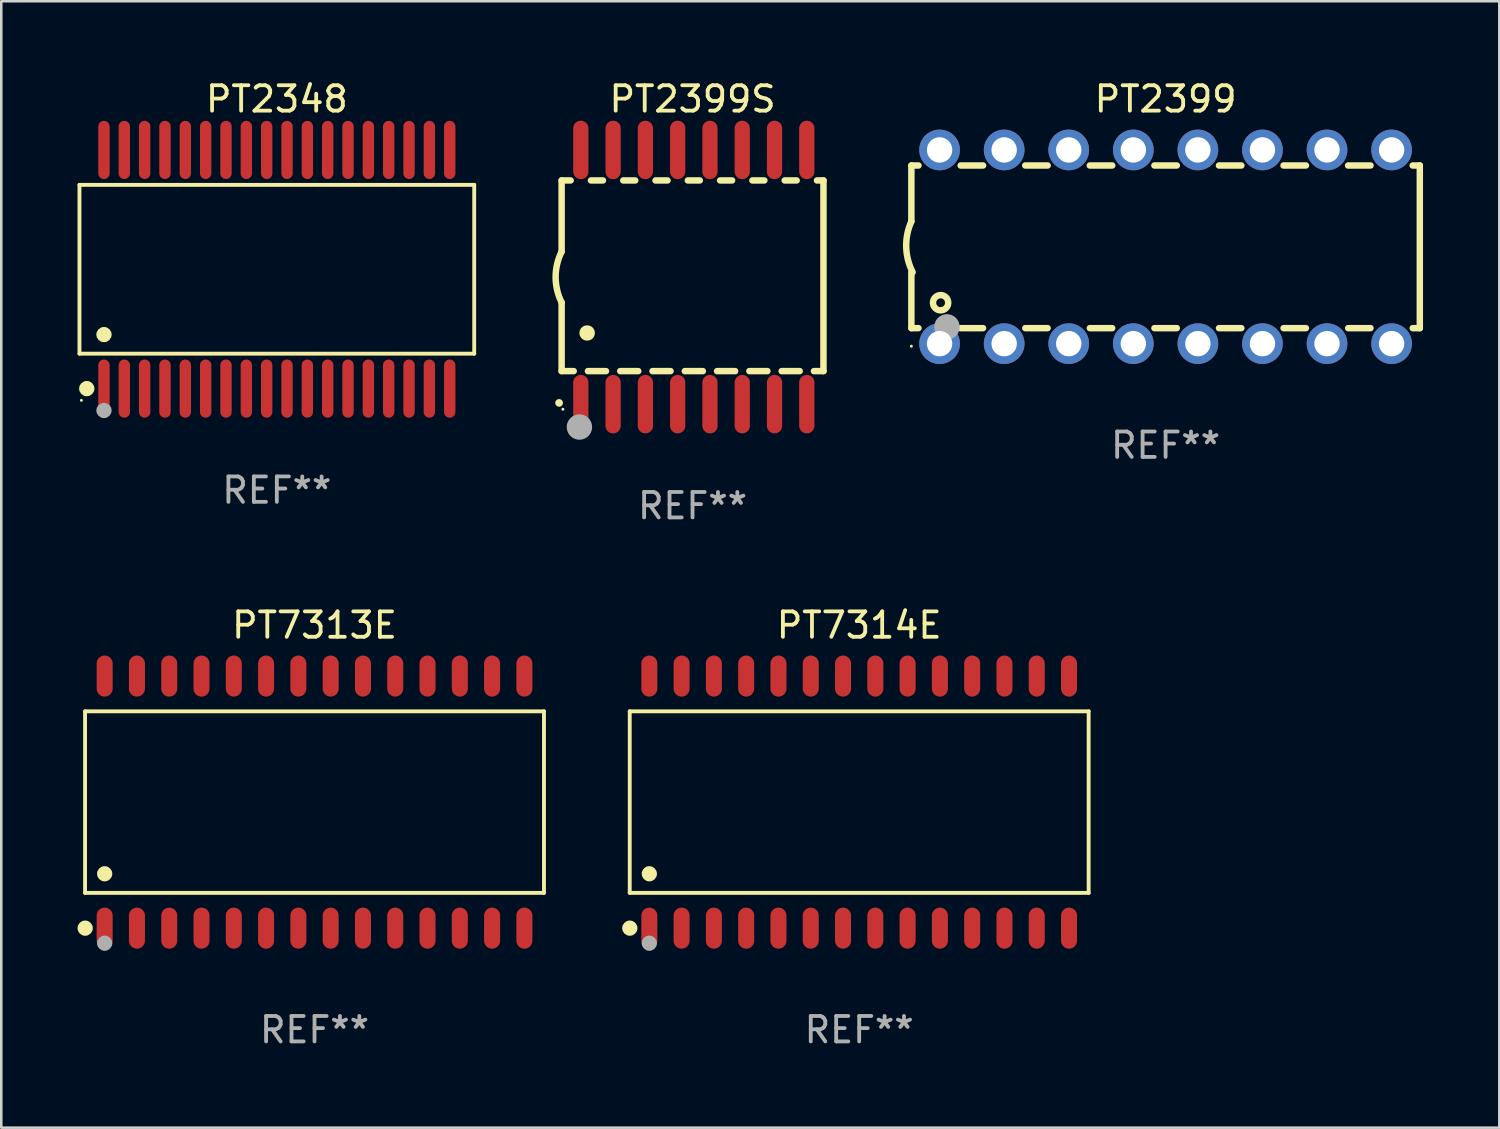
<source format=kicad_pcb>
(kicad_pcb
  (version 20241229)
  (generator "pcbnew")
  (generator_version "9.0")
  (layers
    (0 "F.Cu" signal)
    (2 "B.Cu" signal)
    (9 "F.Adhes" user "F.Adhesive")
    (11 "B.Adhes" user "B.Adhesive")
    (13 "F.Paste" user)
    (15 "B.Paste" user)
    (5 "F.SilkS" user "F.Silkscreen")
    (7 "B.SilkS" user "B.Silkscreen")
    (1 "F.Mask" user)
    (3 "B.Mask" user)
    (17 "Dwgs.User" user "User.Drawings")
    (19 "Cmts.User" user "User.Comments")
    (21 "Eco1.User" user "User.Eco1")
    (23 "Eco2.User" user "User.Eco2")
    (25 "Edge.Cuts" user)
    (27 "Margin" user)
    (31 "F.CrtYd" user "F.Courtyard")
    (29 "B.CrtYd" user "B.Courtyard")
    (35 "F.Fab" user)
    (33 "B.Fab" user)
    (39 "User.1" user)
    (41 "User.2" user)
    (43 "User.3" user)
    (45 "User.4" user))
  (footprint "PT2399S"
    (layer "F.Cu")
    (at 24.192 7.848)
    (property "Reference" "PT2399S" (at 0 -7 0) (layer "F.SilkS") (effects (font (size 1 1) (thickness 0.15))))
    (attr through_hole)
    (fp_line (start -5.15 -3.8) (end -4.794 -3.8) (stroke (width 0.254) (type solid)) (layer "F.SilkS"))
    (fp_line (start -5.15 -1) (end -5.15 -3.8) (stroke (width 0.254) (type solid)) (layer "F.SilkS"))
    (fp_line (start -5.15 3.7) (end -5.15 1.001) (stroke (width 0.254) (type solid)) (layer "F.SilkS"))
    (fp_line (start -4.675 3.7) (end -5.15 3.7) (stroke (width 0.254) (type solid)) (layer "F.SilkS"))
    (fp_line (start -3.996 -3.8) (end -3.524 -3.8) (stroke (width 0.254) (type solid)) (layer "F.SilkS"))
    (fp_line (start -3.405 3.7) (end -4.115 3.7) (stroke (width 0.254) (type solid)) (layer "F.SilkS"))
    (fp_line (start -2.726 -3.8) (end -2.254 -3.8) (stroke (width 0.254) (type solid)) (layer "F.SilkS"))
    (fp_line (start -2.135 3.7) (end -2.845 3.7) (stroke (width 0.254) (type solid)) (layer "F.SilkS"))
    (fp_line (start -1.456 -3.8) (end -0.984 -3.8) (stroke (width 0.254) (type solid)) (layer "F.SilkS"))
    (fp_line (start -0.865 3.7) (end -1.575 3.7) (stroke (width 0.254) (type solid)) (layer "F.SilkS"))
    (fp_line (start -0.186 -3.8) (end 0.286 -3.8) (stroke (width 0.254) (type solid)) (layer "F.SilkS"))
    (fp_line (start 0.405 3.7) (end -0.305 3.7) (stroke (width 0.254) (type solid)) (layer "F.SilkS"))
    (fp_line (start 1.084 -3.8) (end 1.556 -3.8) (stroke (width 0.254) (type solid)) (layer "F.SilkS"))
    (fp_line (start 1.675 3.7) (end 0.965 3.7) (stroke (width 0.254) (type solid)) (layer "F.SilkS"))
    (fp_line (start 2.354 -3.8) (end 2.826 -3.8) (stroke (width 0.254) (type solid)) (layer "F.SilkS"))
    (fp_line (start 2.945 3.7) (end 2.235 3.7) (stroke (width 0.254) (type solid)) (layer "F.SilkS"))
    (fp_line (start 3.624 -3.8) (end 4.096 -3.8) (stroke (width 0.254) (type solid)) (layer "F.SilkS"))
    (fp_line (start 4.215 3.7) (end 3.505 3.7) (stroke (width 0.254) (type solid)) (layer "F.SilkS"))
    (fp_line (start 4.894 -3.8) (end 5.15 -3.8) (stroke (width 0.254) (type solid)) (layer "F.SilkS"))
    (fp_line (start 5.15 -3.8) (end 5.15 3.7) (stroke (width 0.254) (type solid)) (layer "F.SilkS"))
    (fp_line (start 5.15 3.7) (end 4.775 3.7) (stroke (width 0.254) (type solid)) (layer "F.SilkS"))
    (fp_arc (start -5.250991 4.950495) (mid -5.249721 4.95049) (end -5.248451 4.950495) (stroke (width 0.3) (type solid)) (layer "F.SilkS"))
    (fp_arc (start -5.149111 1.000507) (mid -5.385546 0.000374) (end -5.150025 -0.999975) (stroke (width 0.254001) (type solid)) (layer "F.SilkS"))
    (fp_arc (start -4.15 2.200025) (mid -4.14619 2.200001) (end -4.14238 2.200025) (stroke (width 0.6) (type solid)) (layer "F.SilkS"))
    (fp_circle (center -5.1 5.2) (end -5.07 5.2) (stroke (width 0.06) (type solid)) (fill no) (layer "F.SilkS"))
    (fp_circle (center -4.45 5.9) (end -4.2 5.9) (stroke (width 0.5) (type solid)) (fill no) (layer "F.Fab"))
    (fp_text user "REF**" (at 0 9 0) (layer "F.Fab") (effects (font (size 1 1) (thickness 0.15))))
    (pad "1" smd oval (at -4.395 5 180) (size 0.6 2.3) (layers "F.Cu" "F.Mask" "F.Paste"))
    (pad "2" smd oval (at -3.125 5 180) (size 0.6 2.3) (layers "F.Cu" "F.Mask" "F.Paste"))
    (pad "3" smd oval (at -1.855 5 180) (size 0.6 2.3) (layers "F.Cu" "F.Mask" "F.Paste"))
    (pad "4" smd oval (at -0.585 5 180) (size 0.6 2.3) (layers "F.Cu" "F.Mask" "F.Paste"))
    (pad "5" smd oval (at 0.685 5 180) (size 0.6 2.3) (layers "F.Cu" "F.Mask" "F.Paste"))
    (pad "6" smd oval (at 1.955 5 180) (size 0.6 2.3) (layers "F.Cu" "F.Mask" "F.Paste"))
    (pad "7" smd oval (at 3.225 5 180) (size 0.6 2.3) (layers "F.Cu" "F.Mask" "F.Paste"))
    (pad "8" smd oval (at 4.495 5 180) (size 0.6 2.3) (layers "F.Cu" "F.Mask" "F.Paste"))
    (pad "9" smd oval (at 4.495 -5 180) (size 0.6 2.3) (layers "F.Cu" "F.Mask" "F.Paste"))
    (pad "10" smd oval (at 3.225 -5 180) (size 0.6 2.3) (layers "F.Cu" "F.Mask" "F.Paste"))
    (pad "11" smd oval (at 1.955 -5 180) (size 0.6 2.3) (layers "F.Cu" "F.Mask" "F.Paste"))
    (pad "12" smd oval (at 0.685 -5 180) (size 0.6 2.3) (layers "F.Cu" "F.Mask" "F.Paste"))
    (pad "13" smd oval (at -0.585 -5 180) (size 0.6 2.3) (layers "F.Cu" "F.Mask" "F.Paste"))
    (pad "14" smd oval (at -1.855 -5 180) (size 0.6 2.3) (layers "F.Cu" "F.Mask" "F.Paste"))
    (pad "15" smd oval (at -3.125 -5 180) (size 0.6 2.3) (layers "F.Cu" "F.Mask" "F.Paste"))
    (pad "16" smd oval (at -4.395 -5 180) (size 0.6 2.3) (layers "F.Cu" "F.Mask" "F.Paste")))
  (footprint "PT2348"
    (layer "F.Cu")
    (at 7.84 7.542)
    (property "Reference" "PT2348" (at 0 -6.694 0) (layer "F.SilkS") (effects (font (size 1 1) (thickness 0.15))))
    (attr through_hole)
    (fp_line (start -7.764 -3.321) (end 7.764 -3.321) (stroke (width 0.152) (type solid)) (layer "F.SilkS"))
    (fp_line (start -7.764 3.321) (end -7.764 -3.321) (stroke (width 0.152) (type solid)) (layer "F.SilkS"))
    (fp_line (start 7.764 -3.321) (end 7.764 3.321) (stroke (width 0.152) (type solid)) (layer "F.SilkS"))
    (fp_line (start 7.764 3.321) (end -7.764 3.321) (stroke (width 0.152) (type solid)) (layer "F.SilkS"))
    (fp_circle (center -7.688 5.155) (end -7.658 5.155) (stroke (width 0.06) (type solid)) (fill no) (layer "F.SilkS"))
    (fp_circle (center -7.477 4.694) (end -7.326 4.694) (stroke (width 0.3) (type solid)) (fill no) (layer "F.SilkS"))
    (fp_circle (center -6.8 2.569) (end -6.65 2.569) (stroke (width 0.3) (type solid)) (fill no) (layer "F.SilkS"))
    (fp_circle (center -6.8 5.555) (end -6.65 5.555) (stroke (width 0.3) (type solid)) (fill no) (layer "F.Fab"))
    (fp_text user "REF**" (at 0 8.694 0) (layer "F.Fab") (effects (font (size 1 1) (thickness 0.15))))
    (pad "1" smd oval (at -6.8 4.694) (size 0.448 2.288) (layers "F.Cu" "F.Mask" "F.Paste"))
    (pad "2" smd oval (at -6 4.694) (size 0.448 2.288) (layers "F.Cu" "F.Mask" "F.Paste"))
    (pad "3" smd oval (at -5.2 4.694) (size 0.448 2.288) (layers "F.Cu" "F.Mask" "F.Paste"))
    (pad "4" smd oval (at -4.4 4.694) (size 0.448 2.288) (layers "F.Cu" "F.Mask" "F.Paste"))
    (pad "5" smd oval (at -3.6 4.694) (size 0.448 2.288) (layers "F.Cu" "F.Mask" "F.Paste"))
    (pad "6" smd oval (at -2.8 4.694) (size 0.448 2.288) (layers "F.Cu" "F.Mask" "F.Paste"))
    (pad "7" smd oval (at -2 4.694) (size 0.448 2.288) (layers "F.Cu" "F.Mask" "F.Paste"))
    (pad "8" smd oval (at -1.2 4.694) (size 0.448 2.288) (layers "F.Cu" "F.Mask" "F.Paste"))
    (pad "9" smd oval (at -0.4 4.694) (size 0.448 2.288) (layers "F.Cu" "F.Mask" "F.Paste"))
    (pad "10" smd oval (at 0.4 4.694) (size 0.448 2.288) (layers "F.Cu" "F.Mask" "F.Paste"))
    (pad "11" smd oval (at 1.2 4.694) (size 0.448 2.288) (layers "F.Cu" "F.Mask" "F.Paste"))
    (pad "12" smd oval (at 2 4.694) (size 0.448 2.288) (layers "F.Cu" "F.Mask" "F.Paste"))
    (pad "13" smd oval (at 2.8 4.694) (size 0.448 2.288) (layers "F.Cu" "F.Mask" "F.Paste"))
    (pad "14" smd oval (at 3.6 4.694) (size 0.448 2.288) (layers "F.Cu" "F.Mask" "F.Paste"))
    (pad "15" smd oval (at 4.4 4.694) (size 0.448 2.288) (layers "F.Cu" "F.Mask" "F.Paste"))
    (pad "16" smd oval (at 5.2 4.694) (size 0.448 2.288) (layers "F.Cu" "F.Mask" "F.Paste"))
    (pad "17" smd oval (at 6 4.694) (size 0.448 2.288) (layers "F.Cu" "F.Mask" "F.Paste"))
    (pad "18" smd oval (at 6.8 4.694) (size 0.448 2.288) (layers "F.Cu" "F.Mask" "F.Paste"))
    (pad "19" smd oval (at 6.8 -4.694) (size 0.448 2.288) (layers "F.Cu" "F.Mask" "F.Paste"))
    (pad "20" smd oval (at 6 -4.694) (size 0.448 2.288) (layers "F.Cu" "F.Mask" "F.Paste"))
    (pad "21" smd oval (at 5.2 -4.694) (size 0.448 2.288) (layers "F.Cu" "F.Mask" "F.Paste"))
    (pad "22" smd oval (at 4.4 -4.694) (size 0.448 2.288) (layers "F.Cu" "F.Mask" "F.Paste"))
    (pad "23" smd oval (at 3.6 -4.694) (size 0.448 2.288) (layers "F.Cu" "F.Mask" "F.Paste"))
    (pad "24" smd oval (at 2.8 -4.694) (size 0.448 2.288) (layers "F.Cu" "F.Mask" "F.Paste"))
    (pad "25" smd oval (at 2 -4.694) (size 0.448 2.288) (layers "F.Cu" "F.Mask" "F.Paste"))
    (pad "26" smd oval (at 1.2 -4.694) (size 0.448 2.288) (layers "F.Cu" "F.Mask" "F.Paste"))
    (pad "27" smd oval (at 0.4 -4.694) (size 0.448 2.288) (layers "F.Cu" "F.Mask" "F.Paste"))
    (pad "28" smd oval (at -0.4 -4.694) (size 0.448 2.288) (layers "F.Cu" "F.Mask" "F.Paste"))
    (pad "29" smd oval (at -1.2 -4.694) (size 0.448 2.288) (layers "F.Cu" "F.Mask" "F.Paste"))
    (pad "30" smd oval (at -2 -4.694) (size 0.448 2.288) (layers "F.Cu" "F.Mask" "F.Paste"))
    (pad "31" smd oval (at -2.8 -4.694) (size 0.448 2.288) (layers "F.Cu" "F.Mask" "F.Paste"))
    (pad "32" smd oval (at -3.6 -4.694) (size 0.448 2.288) (layers "F.Cu" "F.Mask" "F.Paste"))
    (pad "33" smd oval (at -4.4 -4.694) (size 0.448 2.288) (layers "F.Cu" "F.Mask" "F.Paste"))
    (pad "34" smd oval (at -5.2 -4.694) (size 0.448 2.288) (layers "F.Cu" "F.Mask" "F.Paste"))
    (pad "35" smd oval (at -6 -4.694) (size 0.448 2.288) (layers "F.Cu" "F.Mask" "F.Paste"))
    (pad "36" smd oval (at -6.8 -4.694) (size 0.448 2.288) (layers "F.Cu" "F.Mask" "F.Paste")))
  (footprint "PT7314E"
    (layer "F.Cu")
    (at 30.747 28.502)
    (property "Reference" "PT7314E" (at 0 -6.958 0) (layer "F.SilkS") (effects (font (size 1 1) (thickness 0.15))))
    (attr through_hole)
    (fp_line (start -9.026 -3.571) (end 9.026 -3.571) (stroke (width 0.152) (type solid)) (layer "F.SilkS"))
    (fp_line (start -9.026 3.571) (end -9.026 -3.571) (stroke (width 0.152) (type solid)) (layer "F.SilkS"))
    (fp_line (start 9.026 -3.571) (end 9.026 3.571) (stroke (width 0.152) (type solid)) (layer "F.SilkS"))
    (fp_line (start 9.026 3.571) (end -9.026 3.571) (stroke (width 0.152) (type solid)) (layer "F.SilkS"))
    (fp_circle (center -9.022 4.958) (end -8.872 4.958) (stroke (width 0.3) (type solid)) (fill no) (layer "F.SilkS"))
    (fp_circle (center -8.95 5.15) (end -8.92 5.15) (stroke (width 0.06) (type solid)) (fill no) (layer "F.SilkS"))
    (fp_circle (center -8.255 2.819) (end -8.105 2.819) (stroke (width 0.3) (type solid)) (fill no) (layer "F.SilkS"))
    (fp_circle (center -8.255 5.55) (end -8.105 5.55) (stroke (width 0.3) (type solid)) (fill no) (layer "F.Fab"))
    (fp_text user "REF**" (at 0 8.958 0) (layer "F.Fab") (effects (font (size 1 1) (thickness 0.15))))
    (pad "1" smd oval (at -8.255 4.958) (size 0.63 1.615) (layers "F.Cu" "F.Mask" "F.Paste"))
    (pad "2" smd oval (at -6.985 4.958) (size 0.63 1.615) (layers "F.Cu" "F.Mask" "F.Paste"))
    (pad "3" smd oval (at -5.715 4.958) (size 0.63 1.615) (layers "F.Cu" "F.Mask" "F.Paste"))
    (pad "4" smd oval (at -4.445 4.958) (size 0.63 1.615) (layers "F.Cu" "F.Mask" "F.Paste"))
    (pad "5" smd oval (at -3.175 4.958) (size 0.63 1.615) (layers "F.Cu" "F.Mask" "F.Paste"))
    (pad "6" smd oval (at -1.905 4.958) (size 0.63 1.615) (layers "F.Cu" "F.Mask" "F.Paste"))
    (pad "7" smd oval (at -0.635 4.958) (size 0.63 1.615) (layers "F.Cu" "F.Mask" "F.Paste"))
    (pad "8" smd oval (at 0.635 4.958) (size 0.63 1.615) (layers "F.Cu" "F.Mask" "F.Paste"))
    (pad "9" smd oval (at 1.905 4.958) (size 0.63 1.615) (layers "F.Cu" "F.Mask" "F.Paste"))
    (pad "10" smd oval (at 3.175 4.958) (size 0.63 1.615) (layers "F.Cu" "F.Mask" "F.Paste"))
    (pad "11" smd oval (at 4.445 4.958) (size 0.63 1.615) (layers "F.Cu" "F.Mask" "F.Paste"))
    (pad "12" smd oval (at 5.715 4.958) (size 0.63 1.615) (layers "F.Cu" "F.Mask" "F.Paste"))
    (pad "13" smd oval (at 6.985 4.958) (size 0.63 1.615) (layers "F.Cu" "F.Mask" "F.Paste"))
    (pad "14" smd oval (at 8.255 4.958) (size 0.63 1.615) (layers "F.Cu" "F.Mask" "F.Paste"))
    (pad "15" smd oval (at 8.255 -4.958) (size 0.63 1.615) (layers "F.Cu" "F.Mask" "F.Paste"))
    (pad "16" smd oval (at 6.985 -4.958) (size 0.63 1.615) (layers "F.Cu" "F.Mask" "F.Paste"))
    (pad "17" smd oval (at 5.715 -4.958) (size 0.63 1.615) (layers "F.Cu" "F.Mask" "F.Paste"))
    (pad "18" smd oval (at 4.445 -4.958) (size 0.63 1.615) (layers "F.Cu" "F.Mask" "F.Paste"))
    (pad "19" smd oval (at 3.175 -4.958) (size 0.63 1.615) (layers "F.Cu" "F.Mask" "F.Paste"))
    (pad "20" smd oval (at 1.905 -4.958) (size 0.63 1.615) (layers "F.Cu" "F.Mask" "F.Paste"))
    (pad "21" smd oval (at 0.635 -4.958) (size 0.63 1.615) (layers "F.Cu" "F.Mask" "F.Paste"))
    (pad "22" smd oval (at -0.635 -4.958) (size 0.63 1.615) (layers "F.Cu" "F.Mask" "F.Paste"))
    (pad "23" smd oval (at -1.905 -4.958) (size 0.63 1.615) (layers "F.Cu" "F.Mask" "F.Paste"))
    (pad "24" smd oval (at -3.175 -4.958) (size 0.63 1.615) (layers "F.Cu" "F.Mask" "F.Paste"))
    (pad "25" smd oval (at -4.445 -4.958) (size 0.63 1.615) (layers "F.Cu" "F.Mask" "F.Paste"))
    (pad "26" smd oval (at -5.715 -4.958) (size 0.63 1.615) (layers "F.Cu" "F.Mask" "F.Paste"))
    (pad "27" smd oval (at -6.985 -4.958) (size 0.63 1.615) (layers "F.Cu" "F.Mask" "F.Paste"))
    (pad "28" smd oval (at -8.255 -4.958) (size 0.63 1.615) (layers "F.Cu" "F.Mask" "F.Paste")))
  (footprint "PT2399"
    (layer "F.Cu")
    (at 42.8 6.658)
    (property "Reference" "PT2399" (at 0 -5.81 0) (layer "F.SilkS") (effects (font (size 1 1) (thickness 0.15))))
    (attr through_hole)
    (fp_line (start -10 -3.198) (end -9.719 -3.198) (stroke (width 0.254) (type solid)) (layer "F.SilkS"))
    (fp_line (start -10 -0.998) (end -10 -3.198) (stroke (width 0.254) (type solid)) (layer "F.SilkS"))
    (fp_line (start -10 3.2) (end -10 1) (stroke (width 0.254) (type solid)) (layer "F.SilkS"))
    (fp_line (start -10 3.2) (end -9.721 3.2) (stroke (width 0.254) (type solid)) (layer "F.SilkS"))
    (fp_line (start -8.061 -3.198) (end -7.179 -3.198) (stroke (width 0.254) (type solid)) (layer "F.SilkS"))
    (fp_line (start -8.059 3.2) (end -7.181 3.2) (stroke (width 0.254) (type solid)) (layer "F.SilkS"))
    (fp_line (start -5.521 -3.198) (end -4.639 -3.198) (stroke (width 0.254) (type solid)) (layer "F.SilkS"))
    (fp_line (start -5.519 3.2) (end -4.641 3.2) (stroke (width 0.254) (type solid)) (layer "F.SilkS"))
    (fp_line (start -2.981 -3.198) (end -2.099 -3.198) (stroke (width 0.254) (type solid)) (layer "F.SilkS"))
    (fp_line (start -2.979 3.2) (end -2.101 3.2) (stroke (width 0.254) (type solid)) (layer "F.SilkS"))
    (fp_line (start -0.441 -3.198) (end 0.441 -3.198) (stroke (width 0.254) (type solid)) (layer "F.SilkS"))
    (fp_line (start -0.439 3.2) (end 0.439 3.2) (stroke (width 0.254) (type solid)) (layer "F.SilkS"))
    (fp_line (start 2.099 -3.198) (end 2.981 -3.198) (stroke (width 0.254) (type solid)) (layer "F.SilkS"))
    (fp_line (start 2.101 3.2) (end 2.979 3.2) (stroke (width 0.254) (type solid)) (layer "F.SilkS"))
    (fp_line (start 4.639 -3.198) (end 5.521 -3.198) (stroke (width 0.254) (type solid)) (layer "F.SilkS"))
    (fp_line (start 4.641 3.2) (end 5.519 3.2) (stroke (width 0.254) (type solid)) (layer "F.SilkS"))
    (fp_line (start 7.179 -3.198) (end 8.061 -3.198) (stroke (width 0.254) (type solid)) (layer "F.SilkS"))
    (fp_line (start 7.181 3.2) (end 8.059 3.2) (stroke (width 0.254) (type solid)) (layer "F.SilkS"))
    (fp_line (start 9.719 -3.198) (end 10 -3.198) (stroke (width 0.254) (type solid)) (layer "F.SilkS"))
    (fp_line (start 9.721 3.2) (end 10 3.2) (stroke (width 0.254) (type solid)) (layer "F.SilkS"))
    (fp_line (start 10 3.2) (end 10 -3.2) (stroke (width 0.254) (type solid)) (layer "F.SilkS"))
    (fp_arc (start -9.949962 1) (mid -10.203153 0.005709) (end -10 -1) (stroke (width 0.254001) (type solid)) (layer "F.SilkS"))
    (fp_circle (center -10 3.91) (end -9.97 3.91) (stroke (width 0.06) (type solid)) (fill no) (layer "F.SilkS"))
    (fp_circle (center -8.85 2.2) (end -8.55 2.2) (stroke (width 0.254) (type solid)) (fill no) (layer "F.SilkS"))
    (fp_circle (center -8.6 3.15) (end -8.35 3.15) (stroke (width 0.5) (type solid)) (fill no) (layer "F.Fab"))
    (fp_text user "REF**" (at 0 7.81 0) (layer "F.Fab") (effects (font (size 1 1) (thickness 0.15))))
    (pad "1" thru_hole circle (at -8.89 3.81) (size 1.6 1.6) (drill 1) (layers "*.Cu" "*.Mask"))
    (pad "2" thru_hole circle (at -6.35 3.81) (size 1.6 1.6) (drill 1) (layers "*.Cu" "*.Mask"))
    (pad "3" thru_hole circle (at -3.81 3.81) (size 1.6 1.6) (drill 1) (layers "*.Cu" "*.Mask"))
    (pad "4" thru_hole circle (at -1.27 3.81) (size 1.6 1.6) (drill 1) (layers "*.Cu" "*.Mask"))
    (pad "5" thru_hole circle (at 1.27 3.81) (size 1.6 1.6) (drill 1) (layers "*.Cu" "*.Mask"))
    (pad "6" thru_hole circle (at 3.81 3.81) (size 1.6 1.6) (drill 1) (layers "*.Cu" "*.Mask"))
    (pad "7" thru_hole circle (at 6.35 3.81) (size 1.6 1.6) (drill 1) (layers "*.Cu" "*.Mask"))
    (pad "8" thru_hole circle (at 8.89 3.81) (size 1.6 1.6) (drill 1) (layers "*.Cu" "*.Mask"))
    (pad "9" thru_hole circle (at 8.89 -3.81) (size 1.6 1.6) (drill 1) (layers "*.Cu" "*.Mask"))
    (pad "10" thru_hole circle (at 6.35 -3.81) (size 1.6 1.6) (drill 1) (layers "*.Cu" "*.Mask"))
    (pad "11" thru_hole circle (at 3.81 -3.81) (size 1.6 1.6) (drill 1) (layers "*.Cu" "*.Mask"))
    (pad "12" thru_hole circle (at 1.27 -3.81) (size 1.6 1.6) (drill 1) (layers "*.Cu" "*.Mask"))
    (pad "13" thru_hole circle (at -1.27 -3.81) (size 1.6 1.6) (drill 1) (layers "*.Cu" "*.Mask"))
    (pad "14" thru_hole circle (at -3.81 -3.81) (size 1.6 1.6) (drill 1) (layers "*.Cu" "*.Mask"))
    (pad "15" thru_hole circle (at -6.35 -3.81) (size 1.6 1.6) (drill 1) (layers "*.Cu" "*.Mask"))
    (pad "16" thru_hole circle (at -8.89 -3.81) (size 1.6 1.6) (drill 1) (layers "*.Cu" "*.Mask")))
  (footprint "PT7313E"
    (layer "F.Cu")
    (at 9.322 28.502)
    (property "Reference" "PT7313E" (at 0 -6.958 0) (layer "F.SilkS") (effects (font (size 1 1) (thickness 0.15))))
    (attr through_hole)
    (fp_line (start -9.026 -3.571) (end 9.026 -3.571) (stroke (width 0.152) (type solid)) (layer "F.SilkS"))
    (fp_line (start -9.026 3.571) (end -9.026 -3.571) (stroke (width 0.152) (type solid)) (layer "F.SilkS"))
    (fp_line (start 9.026 -3.571) (end 9.026 3.571) (stroke (width 0.152) (type solid)) (layer "F.SilkS"))
    (fp_line (start 9.026 3.571) (end -9.026 3.571) (stroke (width 0.152) (type solid)) (layer "F.SilkS"))
    (fp_circle (center -9.022 4.958) (end -8.872 4.958) (stroke (width 0.3) (type solid)) (fill no) (layer "F.SilkS"))
    (fp_circle (center -8.95 5.15) (end -8.92 5.15) (stroke (width 0.06) (type solid)) (fill no) (layer "F.SilkS"))
    (fp_circle (center -8.255 2.819) (end -8.105 2.819) (stroke (width 0.3) (type solid)) (fill no) (layer "F.SilkS"))
    (fp_circle (center -8.255 5.55) (end -8.105 5.55) (stroke (width 0.3) (type solid)) (fill no) (layer "F.Fab"))
    (fp_text user "REF**" (at 0 8.958 0) (layer "F.Fab") (effects (font (size 1 1) (thickness 0.15))))
    (pad "1" smd oval (at -8.255 4.958) (size 0.63 1.615) (layers "F.Cu" "F.Mask" "F.Paste"))
    (pad "2" smd oval (at -6.985 4.958) (size 0.63 1.615) (layers "F.Cu" "F.Mask" "F.Paste"))
    (pad "3" smd oval (at -5.715 4.958) (size 0.63 1.615) (layers "F.Cu" "F.Mask" "F.Paste"))
    (pad "4" smd oval (at -4.445 4.958) (size 0.63 1.615) (layers "F.Cu" "F.Mask" "F.Paste"))
    (pad "5" smd oval (at -3.175 4.958) (size 0.63 1.615) (layers "F.Cu" "F.Mask" "F.Paste"))
    (pad "6" smd oval (at -1.905 4.958) (size 0.63 1.615) (layers "F.Cu" "F.Mask" "F.Paste"))
    (pad "7" smd oval (at -0.635 4.958) (size 0.63 1.615) (layers "F.Cu" "F.Mask" "F.Paste"))
    (pad "8" smd oval (at 0.635 4.958) (size 0.63 1.615) (layers "F.Cu" "F.Mask" "F.Paste"))
    (pad "9" smd oval (at 1.905 4.958) (size 0.63 1.615) (layers "F.Cu" "F.Mask" "F.Paste"))
    (pad "10" smd oval (at 3.175 4.958) (size 0.63 1.615) (layers "F.Cu" "F.Mask" "F.Paste"))
    (pad "11" smd oval (at 4.445 4.958) (size 0.63 1.615) (layers "F.Cu" "F.Mask" "F.Paste"))
    (pad "12" smd oval (at 5.715 4.958) (size 0.63 1.615) (layers "F.Cu" "F.Mask" "F.Paste"))
    (pad "13" smd oval (at 6.985 4.958) (size 0.63 1.615) (layers "F.Cu" "F.Mask" "F.Paste"))
    (pad "14" smd oval (at 8.255 4.958) (size 0.63 1.615) (layers "F.Cu" "F.Mask" "F.Paste"))
    (pad "15" smd oval (at 8.255 -4.958) (size 0.63 1.615) (layers "F.Cu" "F.Mask" "F.Paste"))
    (pad "16" smd oval (at 6.985 -4.958) (size 0.63 1.615) (layers "F.Cu" "F.Mask" "F.Paste"))
    (pad "17" smd oval (at 5.715 -4.958) (size 0.63 1.615) (layers "F.Cu" "F.Mask" "F.Paste"))
    (pad "18" smd oval (at 4.445 -4.958) (size 0.63 1.615) (layers "F.Cu" "F.Mask" "F.Paste"))
    (pad "19" smd oval (at 3.175 -4.958) (size 0.63 1.615) (layers "F.Cu" "F.Mask" "F.Paste"))
    (pad "20" smd oval (at 1.905 -4.958) (size 0.63 1.615) (layers "F.Cu" "F.Mask" "F.Paste"))
    (pad "21" smd oval (at 0.635 -4.958) (size 0.63 1.615) (layers "F.Cu" "F.Mask" "F.Paste"))
    (pad "22" smd oval (at -0.635 -4.958) (size 0.63 1.615) (layers "F.Cu" "F.Mask" "F.Paste"))
    (pad "23" smd oval (at -1.905 -4.958) (size 0.63 1.615) (layers "F.Cu" "F.Mask" "F.Paste"))
    (pad "24" smd oval (at -3.175 -4.958) (size 0.63 1.615) (layers "F.Cu" "F.Mask" "F.Paste"))
    (pad "25" smd oval (at -4.445 -4.958) (size 0.63 1.615) (layers "F.Cu" "F.Mask" "F.Paste"))
    (pad "26" smd oval (at -5.715 -4.958) (size 0.63 1.615) (layers "F.Cu" "F.Mask" "F.Paste"))
    (pad "27" smd oval (at -6.985 -4.958) (size 0.63 1.615) (layers "F.Cu" "F.Mask" "F.Paste"))
    (pad "28" smd oval (at -8.255 -4.958) (size 0.63 1.615) (layers "F.Cu" "F.Mask" "F.Paste")))
  (gr_rect
    (start -3 -3)
    (end 55.927 41.308)
    (stroke (width 0.1) (type default))
    (fill no)
    (layer "Edge.Cuts")))
</source>
